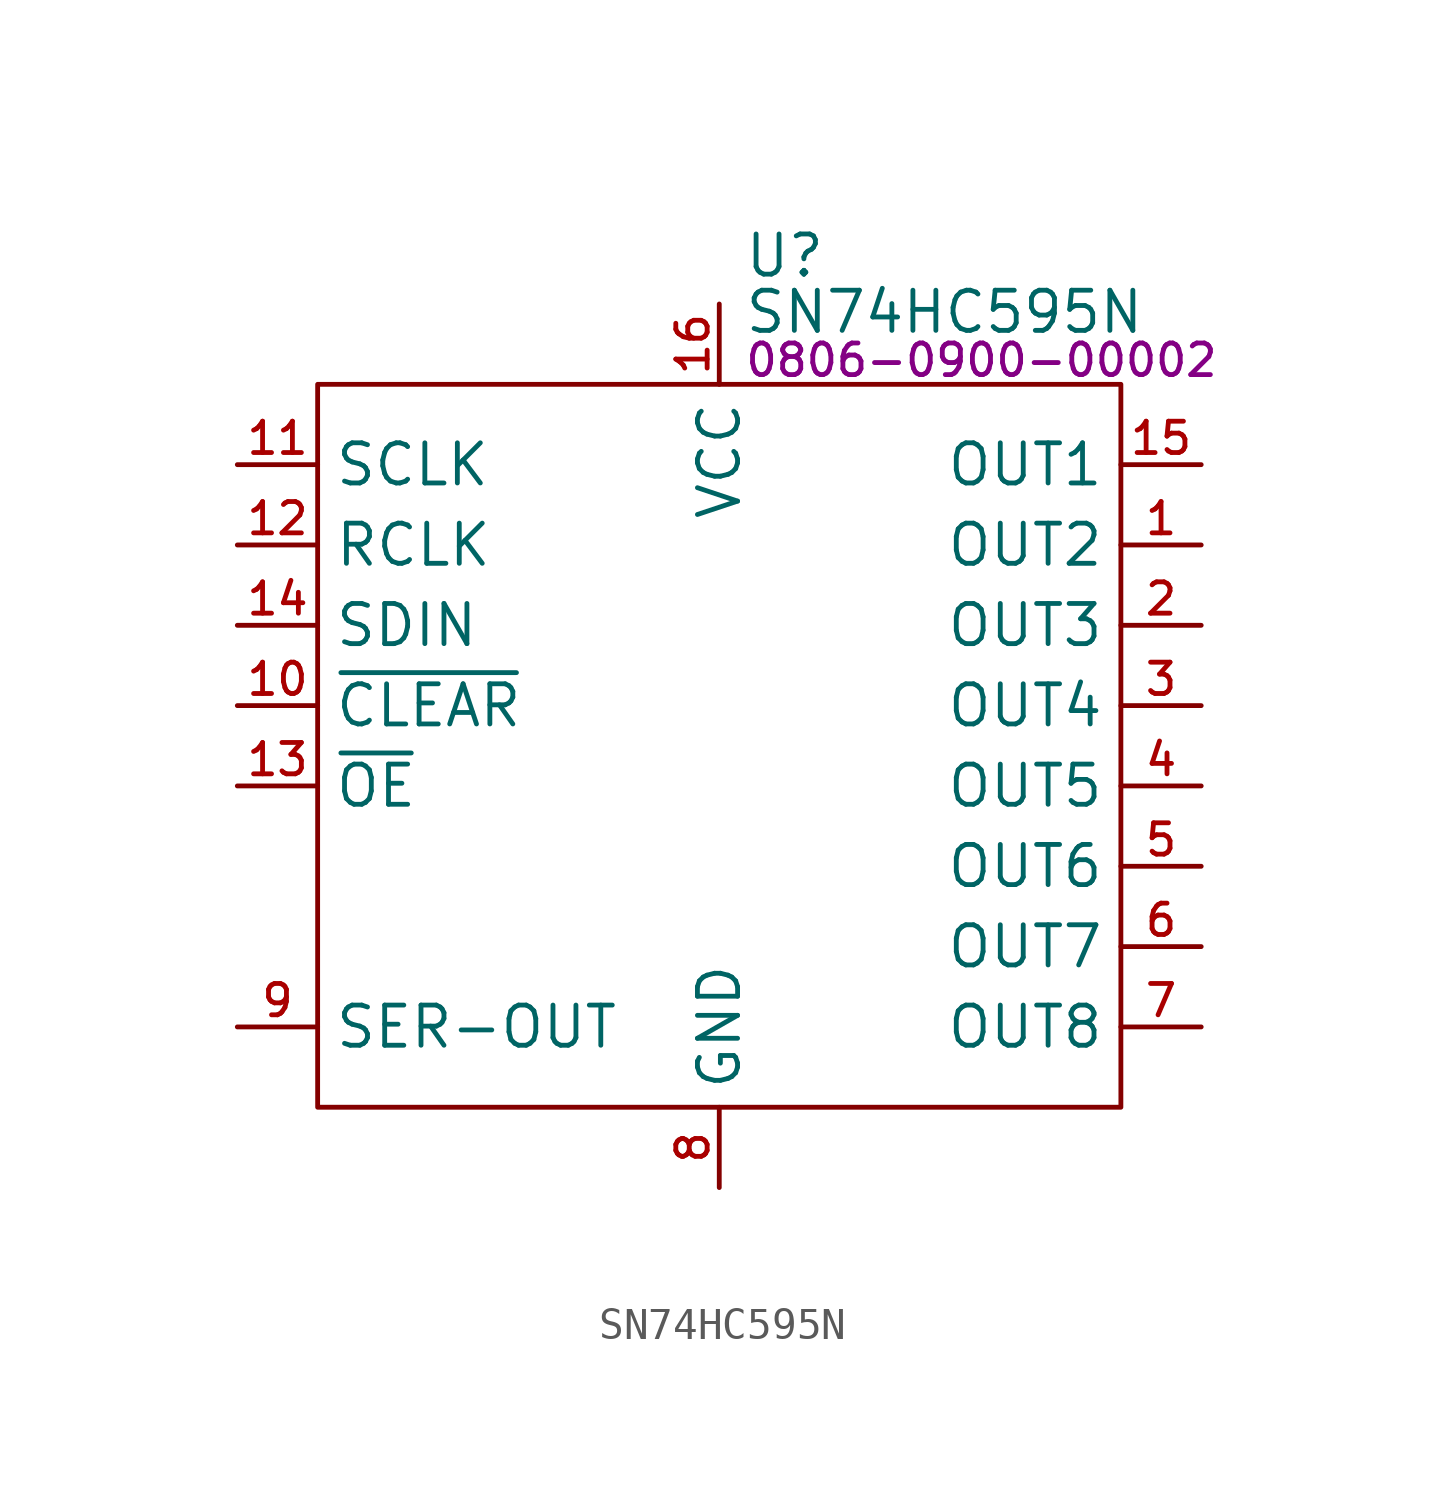
<source format=kicad_sym>
(kicad_symbol_lib
  (version 20231120)
  (generator "kicad_symbol_editor")
  (generator_version "8.0")
  (symbol "SN74HC595N"
    (property "Reference" "U"
      (at 13.462 4.064 0)
      (effects (font (size 1.27 1.27)) (justify left)))
    (property "Value" "SN74HC595N"
      (at 13.462 2.286 0)
      (effects (font (size 1.27 1.27)) (justify left)))
    (property "PartNumber" "0806-0900-00002"
      (at 13.462 0.762 0)
      (effects (font (size 1 1)) (justify left)))
    (symbol "SN74HC595N_0_0"
      (pin input line (at -2.54 -5.08 0) (length 2.54) (name "RCLK" (effects (font (size 1.27 1.27)))) (number "12" (effects (font (size 0.991 0.991)))))
      (pin input line (at -2.54 -12.7 0) (length 2.54) (name "~{OE}" (effects (font (size 1.27 1.27)))) (number "13" (effects (font (size 0.991 0.991)))))
      (pin power_in line (at 12.7 2.54 270) (length 2.54) (name "VCC" (effects (font (size 1.27 1.27)))) (number "16" (effects (font (size 0.991 0.991)))))
      (pin power_in line (at 12.7 -25.4 90) (length 2.54) (name "GND" (effects (font (size 1.27 1.27)))) (number "8" (effects (font (size 0.991 0.991))))))
    (symbol "SN74HC595N_0_1"
      (rectangle (start 0 0) (end 25.4 -22.86) (stroke (width 0) (type default)) (fill (type none))))
    (symbol "SN74HC595N_1_0"
      (pin output line (at 27.94 -5.08 180) (length 2.54) (name "OUT2" (effects (font (size 1.27 1.27)))) (number "1" (effects (font (size 0.991 0.991)))))
      (pin input line (at -2.54 -10.16 0) (length 2.54) (name "~{CLEAR}" (effects (font (size 1.27 1.27)))) (number "10" (effects (font (size 0.991 0.991)))))
      (pin input line (at -2.54 -2.54 0) (length 2.54) (name "SCLK" (effects (font (size 1.27 1.27)))) (number "11" (effects (font (size 0.991 0.991)))))
      (pin input line (at -2.54 -7.62 0) (length 2.54) (name "SDIN" (effects (font (size 1.27 1.27)))) (number "14" (effects (font (size 0.991 0.991)))))
      (pin output line (at 27.94 -2.54 180) (length 2.54) (name "OUT1" (effects (font (size 1.27 1.27)))) (number "15" (effects (font (size 0.991 0.991)))))
      (pin output line (at 27.94 -7.62 180) (length 2.54) (name "OUT3" (effects (font (size 1.27 1.27)))) (number "2" (effects (font (size 0.991 0.991)))))
      (pin output line (at 27.94 -10.16 180) (length 2.54) (name "OUT4" (effects (font (size 1.27 1.27)))) (number "3" (effects (font (size 0.991 0.991)))))
      (pin output line (at 27.94 -12.7 180) (length 2.54) (name "OUT5" (effects (font (size 1.27 1.27)))) (number "4" (effects (font (size 0.991 0.991)))))
      (pin output line (at 27.94 -15.24 180) (length 2.54) (name "OUT6" (effects (font (size 1.27 1.27)))) (number "5" (effects (font (size 0.991 0.991)))))
      (pin output line (at 27.94 -17.78 180) (length 2.54) (name "OUT7" (effects (font (size 1.27 1.27)))) (number "6" (effects (font (size 0.991 0.991)))))
      (pin output line (at 27.94 -20.32 180) (length 2.54) (name "OUT8" (effects (font (size 1.27 1.27)))) (number "7" (effects (font (size 0.991 0.991)))))
      (pin output line (at -2.54 -20.32 0) (length 2.54) (name "SER-OUT" (effects (font (size 1.27 1.27)))) (number "9" (effects (font (size 0.991 0.991))))))))
</source>
